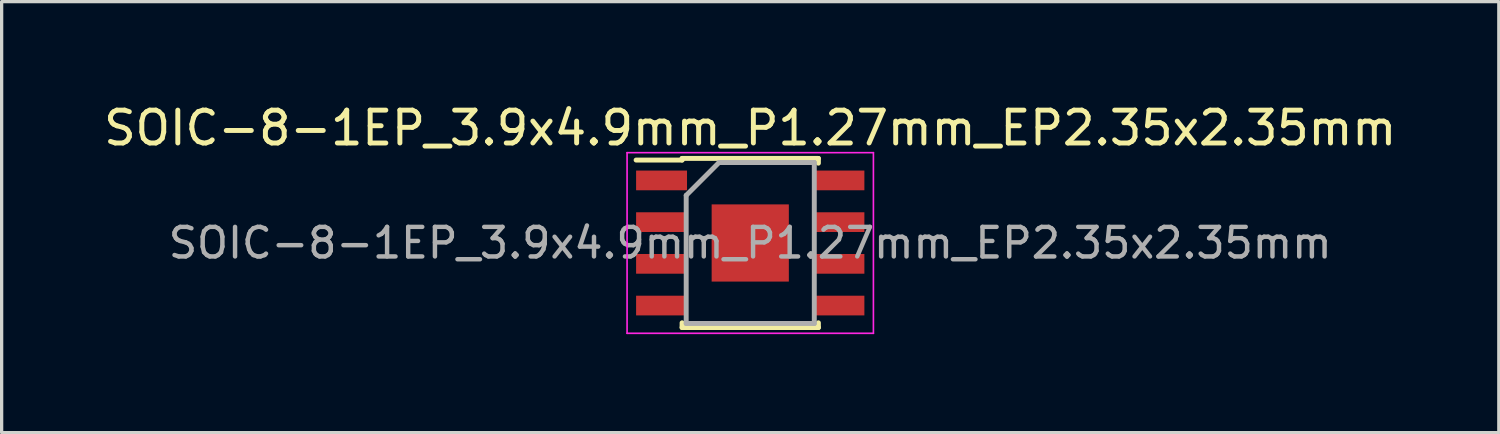
<source format=kicad_pcb>
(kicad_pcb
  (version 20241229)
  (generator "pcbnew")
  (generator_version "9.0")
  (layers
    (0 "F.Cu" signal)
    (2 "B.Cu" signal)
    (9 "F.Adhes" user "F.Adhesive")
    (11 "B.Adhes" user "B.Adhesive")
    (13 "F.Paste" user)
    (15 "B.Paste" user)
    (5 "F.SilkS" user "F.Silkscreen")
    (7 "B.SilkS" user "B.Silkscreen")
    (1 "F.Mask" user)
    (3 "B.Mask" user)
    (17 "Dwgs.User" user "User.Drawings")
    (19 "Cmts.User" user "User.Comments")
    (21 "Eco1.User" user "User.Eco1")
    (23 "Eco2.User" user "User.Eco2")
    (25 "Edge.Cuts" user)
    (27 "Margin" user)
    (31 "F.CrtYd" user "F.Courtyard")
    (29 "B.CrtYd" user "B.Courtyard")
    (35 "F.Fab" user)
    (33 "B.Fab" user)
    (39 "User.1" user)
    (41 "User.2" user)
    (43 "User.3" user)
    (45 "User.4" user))
  (footprint "SOIC-8-1EP_3.9x4.9mm_P1.27mm_EP2.35x2.35mm"
    (layer "F.Cu")
    (at 19.792 4.348)
    (property "Reference" "SOIC-8-1EP_3.9x4.9mm_P1.27mm_EP2.35x2.35mm" (at 0 -3.5 0) (layer "F.SilkS") (effects (font (size 1 1) (thickness 0.15))))
    (attr smd)
    (fp_line (start -2.075 -2.575) (end -2.075 -2.525) (stroke (width 0.15) (type solid)) (layer "F.SilkS"))
    (fp_line (start -2.075 -2.575) (end 2.075 -2.575) (stroke (width 0.15) (type solid)) (layer "F.SilkS"))
    (fp_line (start -2.075 -2.525) (end -3.475 -2.525) (stroke (width 0.15) (type solid)) (layer "F.SilkS"))
    (fp_line (start -2.075 2.575) (end -2.075 2.43) (stroke (width 0.15) (type solid)) (layer "F.SilkS"))
    (fp_line (start -2.075 2.575) (end 2.075 2.575) (stroke (width 0.15) (type solid)) (layer "F.SilkS"))
    (fp_line (start 2.075 -2.575) (end 2.075 -2.43) (stroke (width 0.15) (type solid)) (layer "F.SilkS"))
    (fp_line (start 2.075 2.575) (end 2.075 2.43) (stroke (width 0.15) (type solid)) (layer "F.SilkS"))
    (fp_line (start -3.75 -2.75) (end -3.75 2.75) (stroke (width 0.05) (type solid)) (layer "F.CrtYd"))
    (fp_line (start -3.75 -2.75) (end 3.75 -2.75) (stroke (width 0.05) (type solid)) (layer "F.CrtYd"))
    (fp_line (start -3.75 2.75) (end 3.75 2.75) (stroke (width 0.05) (type solid)) (layer "F.CrtYd"))
    (fp_line (start 3.75 -2.75) (end 3.75 2.75) (stroke (width 0.05) (type solid)) (layer "F.CrtYd"))
    (fp_line (start -1.95 -1.45) (end -0.95 -2.45) (stroke (width 0.15) (type solid)) (layer "F.Fab"))
    (fp_line (start -1.95 2.45) (end -1.95 -1.45) (stroke (width 0.15) (type solid)) (layer "F.Fab"))
    (fp_line (start -0.95 -2.45) (end 1.95 -2.45) (stroke (width 0.15) (type solid)) (layer "F.Fab"))
    (fp_line (start 1.95 -2.45) (end 1.95 2.45) (stroke (width 0.15) (type solid)) (layer "F.Fab"))
    (fp_line (start 1.95 2.45) (end -1.95 2.45) (stroke (width 0.15) (type solid)) (layer "F.Fab"))
    (fp_text user "${REFERENCE}" (at 0 0 0) (layer "F.Fab") (effects (font (size 0.9 0.9) (thickness 0.135))))
    (pad "" smd rect (at -0.588 -0.588) (size 0.95 0.95) (layers "F.Paste"))
    (pad "" smd rect (at -0.588 0.588) (size 0.95 0.95) (layers "F.Paste"))
    (pad "" smd rect (at 0.588 -0.588) (size 0.95 0.95) (layers "F.Paste"))
    (pad "" smd rect (at 0.588 0.588) (size 0.95 0.95) (layers "F.Paste"))
    (pad "1" smd rect (at -2.7 -1.905) (size 1.55 0.6) (layers "F.Cu" "F.Mask" "F.Paste"))
    (pad "2" smd rect (at -2.7 -0.635) (size 1.55 0.6) (layers "F.Cu" "F.Mask" "F.Paste"))
    (pad "3" smd rect (at -2.7 0.635) (size 1.55 0.6) (layers "F.Cu" "F.Mask" "F.Paste"))
    (pad "4" smd rect (at -2.7 1.905) (size 1.55 0.6) (layers "F.Cu" "F.Mask" "F.Paste"))
    (pad "5" smd rect (at 2.7 1.905) (size 1.55 0.6) (layers "F.Cu" "F.Mask" "F.Paste"))
    (pad "6" smd rect (at 2.7 0.635) (size 1.55 0.6) (layers "F.Cu" "F.Mask" "F.Paste"))
    (pad "7" smd rect (at 2.7 -0.635) (size 1.55 0.6) (layers "F.Cu" "F.Mask" "F.Paste"))
    (pad "8" smd rect (at 2.7 -1.905) (size 1.55 0.6) (layers "F.Cu" "F.Mask" "F.Paste"))
    (pad "9" smd rect (at 0 0) (size 2.35 2.35) (layers "F.Cu" "F.Mask")))
  (gr_rect
    (start -3 -3)
    (end 42.583 10.123)
    (stroke (width 0.1) (type default))
    (fill no)
    (layer "Edge.Cuts")))
</source>
